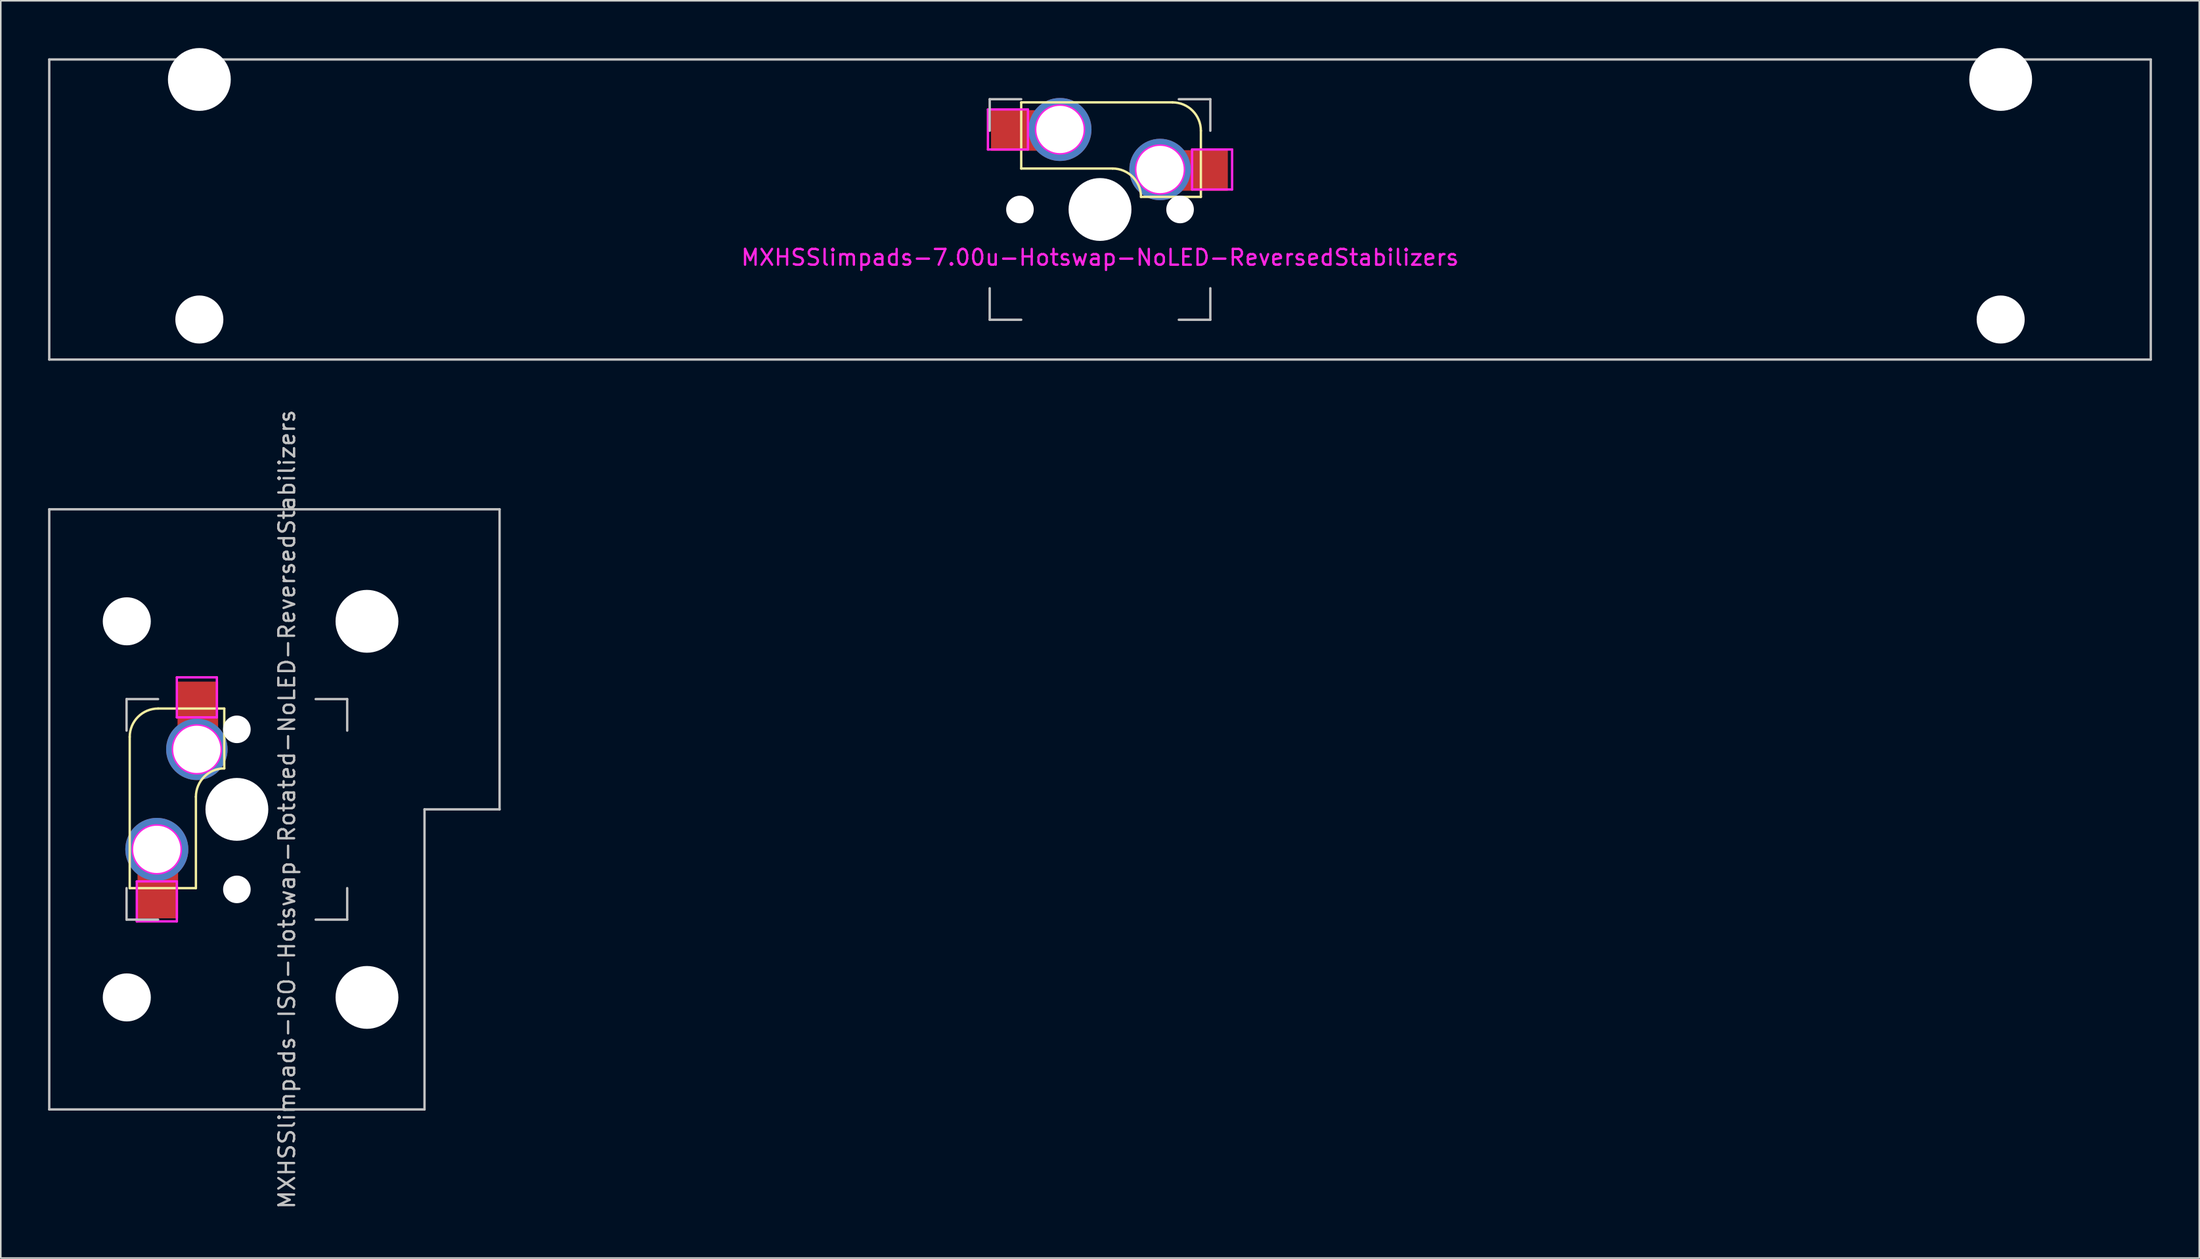
<source format=kicad_pcb>
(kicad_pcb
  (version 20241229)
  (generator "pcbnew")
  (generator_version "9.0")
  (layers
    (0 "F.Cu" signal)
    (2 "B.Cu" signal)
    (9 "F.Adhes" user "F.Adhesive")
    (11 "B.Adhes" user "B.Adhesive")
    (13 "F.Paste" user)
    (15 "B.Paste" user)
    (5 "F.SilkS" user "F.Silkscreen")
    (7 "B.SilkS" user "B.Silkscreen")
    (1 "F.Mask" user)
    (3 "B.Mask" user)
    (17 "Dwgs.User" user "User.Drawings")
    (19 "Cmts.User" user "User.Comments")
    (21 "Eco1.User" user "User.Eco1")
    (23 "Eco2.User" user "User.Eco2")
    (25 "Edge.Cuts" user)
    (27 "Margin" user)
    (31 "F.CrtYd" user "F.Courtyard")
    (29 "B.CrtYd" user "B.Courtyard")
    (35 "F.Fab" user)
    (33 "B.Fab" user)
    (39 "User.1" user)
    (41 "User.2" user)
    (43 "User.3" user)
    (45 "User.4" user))
  (footprint "MXHSSlimpads-ISO-Hotswap-Rotated-NoLED-ReversedStabilizers"
    (layer "F.Cu")
    (at 11.981 48.331)
    (property "Reference" "MXHSSlimpads-ISO-Hotswap-Rotated-NoLED-ReversedStabilizers" (at 3.175 0 270) (layer "Dwgs.User") (effects (font (size 1 1) (thickness 0.15))))
    (attr through_hole)
    (fp_line (start -6.8 5) (end -6.8 -4.6) (stroke (width 0.15) (type solid)) (layer "F.SilkS"))
    (fp_line (start -5 -6.4) (end -0.8 -6.4) (stroke (width 0.15) (type solid)) (layer "F.SilkS"))
    (fp_line (start -2.6 -0.8) (end -2.6 5) (stroke (width 0.15) (type solid)) (layer "F.SilkS"))
    (fp_line (start -2.6 5) (end -6.8 5) (stroke (width 0.15) (type solid)) (layer "F.SilkS"))
    (fp_line (start -0.8 -6.4) (end -0.8 -2.6) (stroke (width 0.15) (type solid)) (layer "F.SilkS"))
    (fp_arc (start -6.8 -4.6) (mid -6.272792 -5.872792) (end -5 -6.4) (stroke (width 0.15) (type solid)) (layer "F.SilkS"))
    (fp_arc (start -2.6 -0.8) (mid -2.072792 -2.072792) (end -0.8 -2.6) (stroke (width 0.15) (type solid)) (layer "F.SilkS"))
    (fp_rect (start -6.291 6.854) (end -3.742 5.156) (stroke (width 0.12) (type solid)) (fill yes) (layer "F.Paste"))
    (fp_rect (start -3.726 -6.553) (end -1.176 -8.048) (stroke (width 0.12) (type solid)) (fill yes) (layer "F.Paste"))
    (fp_line (start -11.906 -19.05) (end -11.906 19.05) (stroke (width 0.15) (type solid)) (layer "Dwgs.User"))
    (fp_line (start -7 -7) (end -5 -7) (stroke (width 0.15) (type solid)) (layer "Dwgs.User"))
    (fp_line (start -7 -5) (end -7 -7) (stroke (width 0.15) (type solid)) (layer "Dwgs.User"))
    (fp_line (start -7 5) (end -7 7) (stroke (width 0.15) (type solid)) (layer "Dwgs.User"))
    (fp_line (start -7 7) (end -5 7) (stroke (width 0.15) (type solid)) (layer "Dwgs.User"))
    (fp_line (start 5 -7) (end 7 -7) (stroke (width 0.15) (type solid)) (layer "Dwgs.User"))
    (fp_line (start 7 -7) (end 7 -5) (stroke (width 0.15) (type solid)) (layer "Dwgs.User"))
    (fp_line (start 7 5) (end 7 7) (stroke (width 0.15) (type solid)) (layer "Dwgs.User"))
    (fp_line (start 7 7) (end 5 7) (stroke (width 0.15) (type solid)) (layer "Dwgs.User"))
    (fp_line (start 11.906 0) (end 16.669 0) (stroke (width 0.15) (type solid)) (layer "Dwgs.User"))
    (fp_line (start 11.906 19.05) (end -11.906 19.05) (stroke (width 0.15) (type solid)) (layer "Dwgs.User"))
    (fp_line (start 11.906 19.05) (end 11.906 0) (stroke (width 0.15) (type solid)) (layer "Dwgs.User"))
    (fp_line (start 16.669 -19.05) (end -11.906 -19.05) (stroke (width 0.15) (type solid)) (layer "Dwgs.User"))
    (fp_line (start 16.669 -19.05) (end 16.669 0) (stroke (width 0.15) (type solid)) (layer "Dwgs.User"))
    (fp_line (start -6.35 4.572) (end -6.35 7.112) (stroke (width 0.15) (type solid)) (layer "F.CrtYd"))
    (fp_line (start -6.35 7.112) (end -3.81 7.112) (stroke (width 0.15) (type solid)) (layer "F.CrtYd"))
    (fp_line (start -3.81 -8.382) (end -3.81 -5.842) (stroke (width 0.15) (type solid)) (layer "F.CrtYd"))
    (fp_line (start -3.81 -5.842) (end -1.27 -5.842) (stroke (width 0.15) (type solid)) (layer "F.CrtYd"))
    (fp_line (start -3.81 4.572) (end -6.35 4.572) (stroke (width 0.15) (type solid)) (layer "F.CrtYd"))
    (fp_line (start -3.81 7.112) (end -3.81 4.572) (stroke (width 0.15) (type solid)) (layer "F.CrtYd"))
    (fp_line (start -1.27 -8.382) (end -3.81 -8.382) (stroke (width 0.15) (type solid)) (layer "F.CrtYd"))
    (fp_line (start -1.27 -5.842) (end -1.27 -8.382) (stroke (width 0.15) (type solid)) (layer "F.CrtYd"))
    (fp_circle (center -5.08 2.54) (end -6.604 2.54) (stroke (width 0.15) (type solid)) (fill no) (layer "F.CrtYd"))
    (fp_circle (center -2.54 -3.81) (end -4.064 -3.81) (stroke (width 0.15) (type solid)) (fill no) (layer "F.CrtYd"))
    (pad "" np_thru_hole circle (at -6.985 -11.938 180) (size 3.048 3.048) (drill 3.048) (layers "*.Cu" "*.Mask"))
    (pad "" np_thru_hole circle (at -6.985 11.938 180) (size 3.048 3.048) (drill 3.048) (layers "*.Cu" "*.Mask"))
    (pad "" np_thru_hole circle (at 0 -5.08 221.9) (size 1.75 1.75) (drill 1.75) (layers "*.Cu" "*.Mask"))
    (pad "" np_thru_hole circle (at 0 0 270) (size 3.988 3.988) (drill 3.988) (layers "*.Cu" "*.Mask"))
    (pad "" np_thru_hole circle (at 0 5.08 221.9) (size 1.75 1.75) (drill 1.75) (layers "*.Cu" "*.Mask"))
    (pad "" np_thru_hole circle (at 8.255 -11.938 180) (size 3.988 3.988) (drill 3.988) (layers "*.Cu" "*.Mask"))
    (pad "" np_thru_hole circle (at 8.255 11.938 180) (size 3.988 3.988) (drill 3.988) (layers "*.Cu" "*.Mask"))
    (pad "1" thru_hole circle (at -2.54 -3.81 270) (size 3.9 3.9) (drill 3) (layers "*.Cu"))
    (pad "1" smd rect (at -2.54 -3.81 270) (size 4.5 2.575) (drill (offset -2.05 -0.062)) (layers "F.Cu" "F.Mask"))
    (pad "2" thru_hole circle (at -5.08 2.54 270) (size 4 4) (drill 3) (layers "*.Cu"))
    (pad "2" smd rect (at -5.08 2.54 270) (size 4.5 2.575) (drill (offset 2.125 -0.062)) (layers "F.Cu" "F.Mask")))
  (footprint "MXHSSlimpads-7.00u-Hotswap-NoLED-ReversedStabilizers"
    (layer "F.Cu")
    (at 66.75 10.249)
    (property "Reference" "MXHSSlimpads-7.00u-Hotswap-NoLED-ReversedStabilizers" (at 0 3.048 180) (layer "F.CrtYd") (effects (font (size 1 1) (thickness 0.15))))
    (attr smd)
    (fp_line (start -5 -6.8) (end 4.6 -6.8) (stroke (width 0.15) (type solid)) (layer "F.SilkS"))
    (fp_line (start -5 -2.6) (end -5 -6.8) (stroke (width 0.15) (type solid)) (layer "F.SilkS"))
    (fp_line (start 0.8 -2.6) (end -5 -2.6) (stroke (width 0.15) (type solid)) (layer "F.SilkS"))
    (fp_line (start 6.4 -5) (end 6.4 -0.8) (stroke (width 0.15) (type solid)) (layer "F.SilkS"))
    (fp_line (start 6.4 -0.8) (end 2.6 -0.8) (stroke (width 0.15) (type solid)) (layer "F.SilkS"))
    (fp_arc (start 0.8 -2.6) (mid 2.072792 -2.072792) (end 2.6 -0.8) (stroke (width 0.15) (type solid)) (layer "F.SilkS"))
    (fp_arc (start 4.6 -6.8) (mid 5.872792 -6.272792) (end 6.4 -5) (stroke (width 0.15) (type solid)) (layer "F.SilkS"))
    (fp_rect (start -6.854 -6.291) (end -5.156 -3.742) (stroke (width 0.12) (type solid)) (fill yes) (layer "F.Paste"))
    (fp_rect (start 6.553 -3.726) (end 8.048 -1.176) (stroke (width 0.12) (type solid)) (fill yes) (layer "F.Paste"))
    (fp_line (start -66.675 -9.525) (end 66.675 -9.525) (stroke (width 0.15) (type solid)) (layer "Dwgs.User"))
    (fp_line (start -66.675 9.525) (end -66.675 -9.525) (stroke (width 0.15) (type solid)) (layer "Dwgs.User"))
    (fp_line (start -7 -7) (end -7 -5) (stroke (width 0.15) (type solid)) (layer "Dwgs.User"))
    (fp_line (start -7 7) (end -7 5) (stroke (width 0.15) (type solid)) (layer "Dwgs.User"))
    (fp_line (start -5 -7) (end -7 -7) (stroke (width 0.15) (type solid)) (layer "Dwgs.User"))
    (fp_line (start -5 7) (end -7 7) (stroke (width 0.15) (type solid)) (layer "Dwgs.User"))
    (fp_line (start 5 -7) (end 7 -7) (stroke (width 0.15) (type solid)) (layer "Dwgs.User"))
    (fp_line (start 7 -7) (end 7 -5) (stroke (width 0.15) (type solid)) (layer "Dwgs.User"))
    (fp_line (start 7 5) (end 7 7) (stroke (width 0.15) (type solid)) (layer "Dwgs.User"))
    (fp_line (start 7 7) (end 5 7) (stroke (width 0.15) (type solid)) (layer "Dwgs.User"))
    (fp_line (start 66.675 -9.525) (end 66.675 9.525) (stroke (width 0.15) (type solid)) (layer "Dwgs.User"))
    (fp_line (start 66.675 9.525) (end -66.675 9.525) (stroke (width 0.15) (type solid)) (layer "Dwgs.User"))
    (fp_line (start -7.112 -6.35) (end -7.112 -3.81) (stroke (width 0.15) (type solid)) (layer "F.CrtYd"))
    (fp_line (start -7.112 -3.81) (end -4.572 -3.81) (stroke (width 0.15) (type solid)) (layer "F.CrtYd"))
    (fp_line (start -4.572 -6.35) (end -7.112 -6.35) (stroke (width 0.15) (type solid)) (layer "F.CrtYd"))
    (fp_line (start -4.572 -3.81) (end -4.572 -6.35) (stroke (width 0.15) (type solid)) (layer "F.CrtYd"))
    (fp_line (start 5.842 -3.81) (end 5.842 -1.27) (stroke (width 0.15) (type solid)) (layer "F.CrtYd"))
    (fp_line (start 5.842 -1.27) (end 8.382 -1.27) (stroke (width 0.15) (type solid)) (layer "F.CrtYd"))
    (fp_line (start 8.382 -3.81) (end 5.842 -3.81) (stroke (width 0.15) (type solid)) (layer "F.CrtYd"))
    (fp_line (start 8.382 -1.27) (end 8.382 -3.81) (stroke (width 0.15) (type solid)) (layer "F.CrtYd"))
    (fp_circle (center -2.54 -5.08) (end -2.54 -6.604) (stroke (width 0.15) (type solid)) (fill no) (layer "F.CrtYd"))
    (fp_circle (center 3.81 -2.54) (end 3.81 -4.064) (stroke (width 0.15) (type solid)) (fill no) (layer "F.CrtYd"))
    (pad "" np_thru_hole circle (at -57.15 -8.255) (size 3.988 3.988) (drill 3.988) (layers "*.Cu" "*.Mask"))
    (pad "" np_thru_hole circle (at -57.15 6.985) (size 3.048 3.048) (drill 3.048) (layers "*.Cu" "*.Mask"))
    (pad "" np_thru_hole circle (at -5.08 0 131.9) (size 1.75 1.75) (drill 1.75) (layers "*.Cu" "*.Mask"))
    (pad "" np_thru_hole circle (at 0 0 180) (size 3.988 3.988) (drill 3.988) (layers "*.Cu" "*.Mask"))
    (pad "" np_thru_hole circle (at 5.08 0 131.9) (size 1.75 1.75) (drill 1.75) (layers "*.Cu" "*.Mask"))
    (pad "" np_thru_hole circle (at 57.15 -8.255) (size 3.988 3.988) (drill 3.988) (layers "*.Cu" "*.Mask"))
    (pad "" np_thru_hole circle (at 57.15 6.985) (size 3.048 3.048) (drill 3.048) (layers "*.Cu" "*.Mask"))
    (pad "1" thru_hole circle (at 3.81 -2.54 180) (size 3.9 3.9) (drill 3) (layers "*.Cu"))
    (pad "1" smd rect (at 3.81 -2.54 180) (size 4.5 2.575) (drill (offset -2.05 -0.062)) (layers "F.Cu" "F.Mask"))
    (pad "2" thru_hole circle (at -2.54 -5.08 180) (size 4 4) (drill 3) (layers "*.Cu"))
    (pad "2" smd rect (at -2.54 -5.08 180) (size 4.5 2.575) (drill (offset 2.125 -0.062)) (layers "F.Cu" "F.Mask")))
  (gr_rect
    (start -3 -3)
    (end 136.5 76.813)
    (stroke (width 0.1) (type default))
    (fill no)
    (layer "Edge.Cuts")))
</source>
